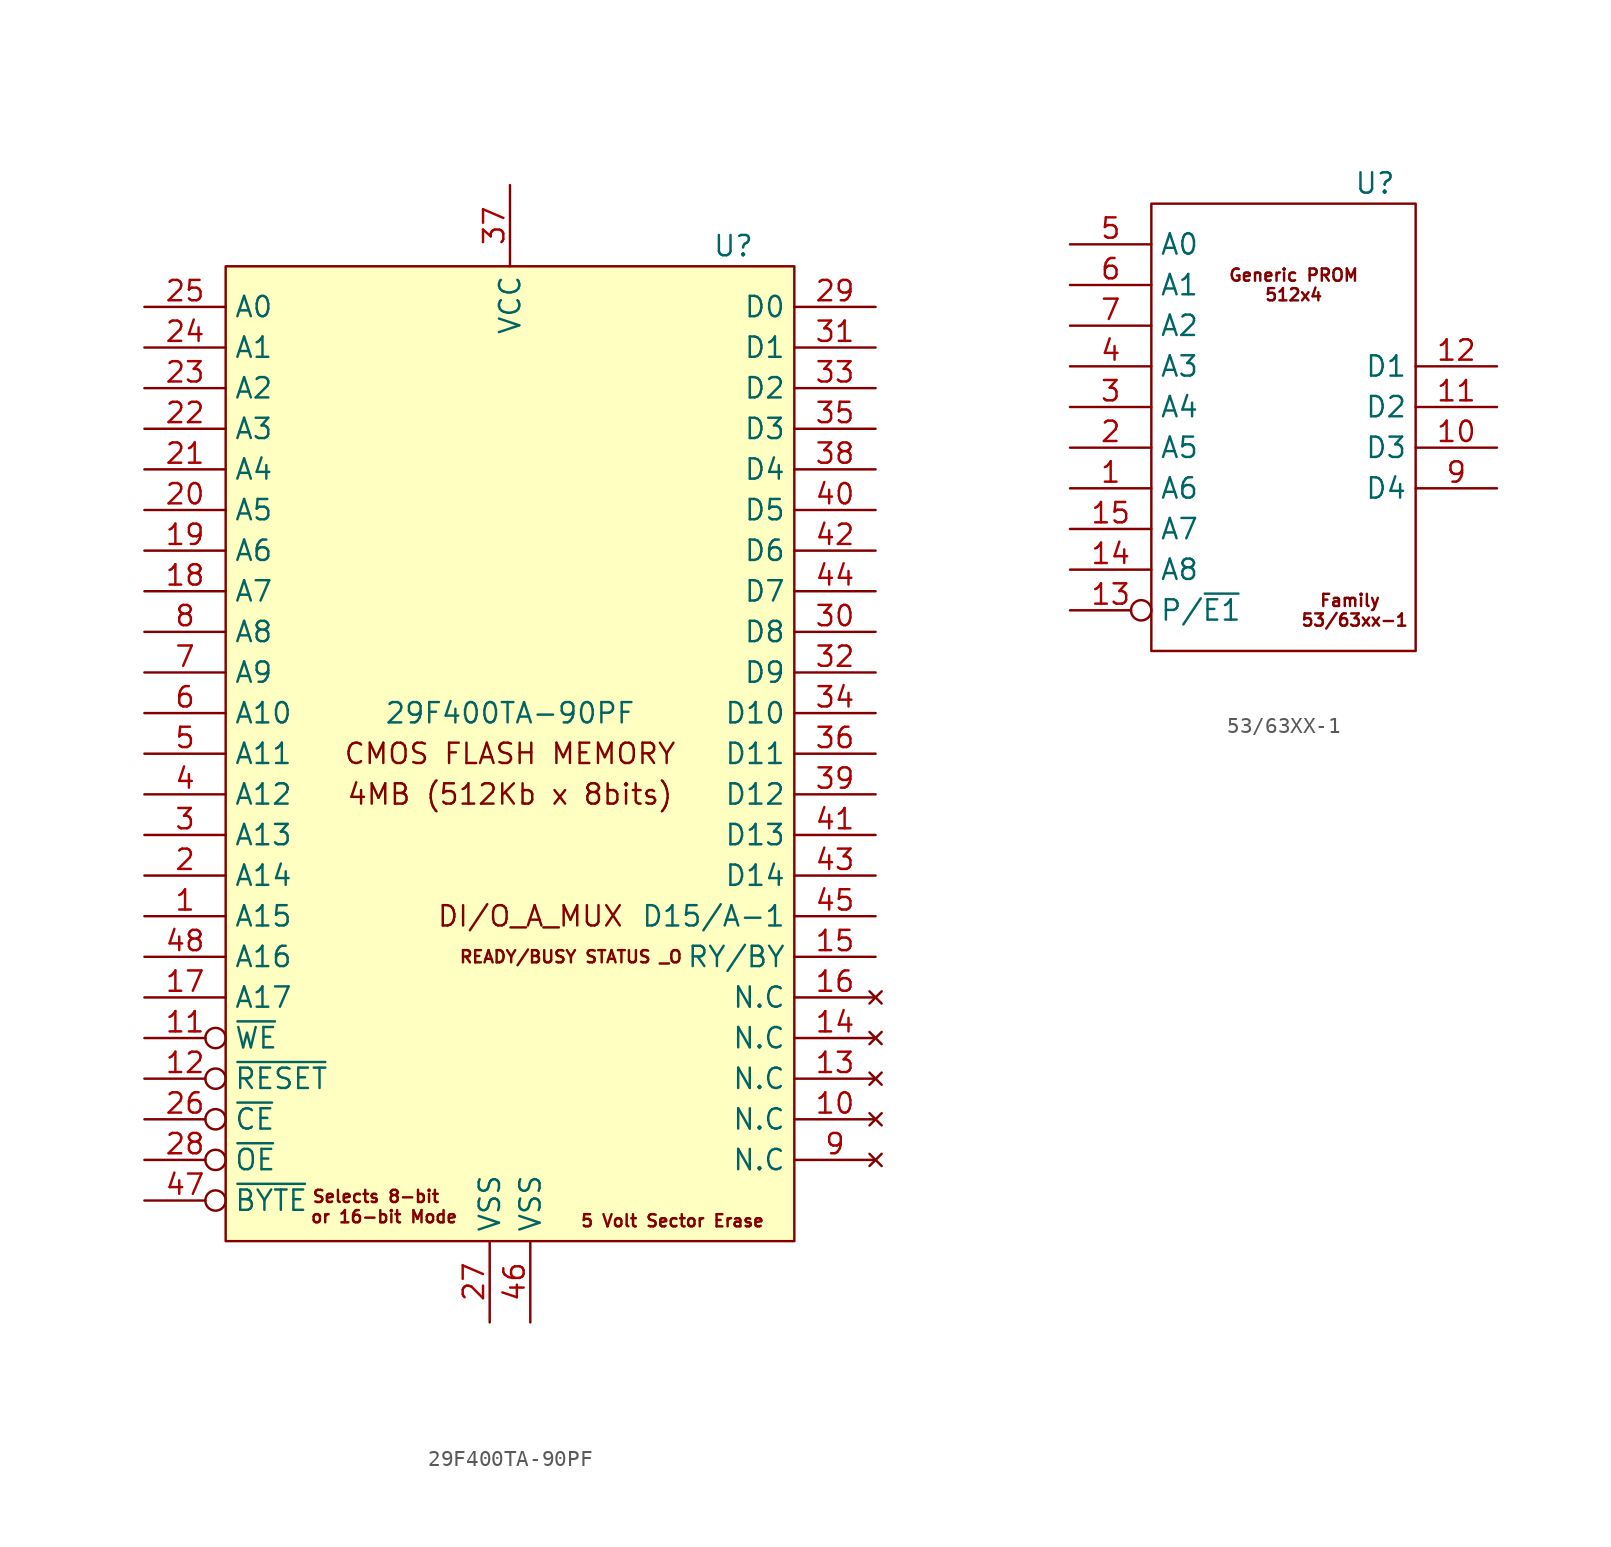
<source format=kicad_sym>
(kicad_symbol_lib
  (version 20231120)
  (generator "kicad_symbol_editor")
  (generator_version "8.0")
  (symbol "29F400TA-90PF"
    (property "Reference" "U"
      (at 13.97 31.75 0)
      (effects (font (size 1.27 1.27))))
    (property "Value" "29F400TA-90PF"
      (at 0 2.54 0)
      (effects (font (size 1.27 1.27))))
    (symbol "29F400TA-90PF_0_0"
      (rectangle (start -17.78 30.48) (end 17.78 -30.48) (stroke (width 0.152) (type default)) (fill (type background)))
      (text "4MB (512Kb x 8bits)" (at 0 -2.54 0) (effects (font (size 1.27 1.27))))
      (text "5 Volt Sector Erase" (at 10.16 -29.21 0) (effects (font (size 0.762 0.762))))
      (text "CMOS FLASH MEMORY" (at 0 0 0) (effects (font (size 1.27 1.27))))
      (text "DI/O_A_MUX" (at 1.27 -10.16 0) (effects (font (size 1.27 1.27))))
      (text "or 16-bit Mode" (at -7.874 -28.956 0) (effects (font (size 0.762 0.762))))
      (text "READY/BUSY STATUS _O" (at 3.81 -12.7 0) (effects (font (size 0.762 0.762))))
      (text "Selects 8-bit" (at -8.382 -27.686 0) (effects (font (size 0.762 0.762)))))
    (symbol "29F400TA-90PF_1_1"
      (pin input line (at -22.86 -10.16 0) (length 5.08) (name "A15" (effects (font (size 1.27 1.27)))) (number "1" (effects (font (size 1.27 1.27)))))
      (pin no_connect line (at 22.86 -22.86 180) (length 5.08) (name "N.C" (effects (font (size 1.27 1.27)))) (number "10" (effects (font (size 1.27 1.27)))))
      (pin input inverted (at -22.86 -17.78 0) (length 5.08) (name "~{WE}" (effects (font (size 1.27 1.27)))) (number "11" (effects (font (size 1.27 1.27)))))
      (pin input inverted (at -22.86 -20.32 0) (length 5.08) (name "~{RESET}" (effects (font (size 1.27 1.27)))) (number "12" (effects (font (size 1.27 1.27)))))
      (pin no_connect line (at 22.86 -20.32 180) (length 5.08) (name "N.C" (effects (font (size 1.27 1.27)))) (number "13" (effects (font (size 1.27 1.27)))))
      (pin no_connect line (at 22.86 -17.78 180) (length 5.08) (name "N.C" (effects (font (size 1.27 1.27)))) (number "14" (effects (font (size 1.27 1.27)))))
      (pin output line (at 22.86 -12.7 180) (length 5.08) (name "RY/BY" (effects (font (size 1.27 1.27)))) (number "15" (effects (font (size 1.27 1.27)))))
      (pin no_connect line (at 22.86 -15.24 180) (length 5.08) (name "N.C" (effects (font (size 1.27 1.27)))) (number "16" (effects (font (size 1.27 1.27)))))
      (pin input line (at -22.86 -15.24 0) (length 5.08) (name "A17" (effects (font (size 1.27 1.27)))) (number "17" (effects (font (size 1.27 1.27)))))
      (pin input line (at -22.86 10.16 0) (length 5.08) (name "A7" (effects (font (size 1.27 1.27)))) (number "18" (effects (font (size 1.27 1.27)))))
      (pin input line (at -22.86 12.7 0) (length 5.08) (name "A6" (effects (font (size 1.27 1.27)))) (number "19" (effects (font (size 1.27 1.27)))))
      (pin input line (at -22.86 -7.62 0) (length 5.08) (name "A14" (effects (font (size 1.27 1.27)))) (number "2" (effects (font (size 1.27 1.27)))))
      (pin input line (at -22.86 15.24 0) (length 5.08) (name "A5" (effects (font (size 1.27 1.27)))) (number "20" (effects (font (size 1.27 1.27)))))
      (pin input line (at -22.86 17.78 0) (length 5.08) (name "A4" (effects (font (size 1.27 1.27)))) (number "21" (effects (font (size 1.27 1.27)))))
      (pin input line (at -22.86 20.32 0) (length 5.08) (name "A3" (effects (font (size 1.27 1.27)))) (number "22" (effects (font (size 1.27 1.27)))))
      (pin input line (at -22.86 22.86 0) (length 5.08) (name "A2" (effects (font (size 1.27 1.27)))) (number "23" (effects (font (size 1.27 1.27)))))
      (pin input line (at -22.86 25.4 0) (length 5.08) (name "A1" (effects (font (size 1.27 1.27)))) (number "24" (effects (font (size 1.27 1.27)))))
      (pin input line (at -22.86 27.94 0) (length 5.08) (name "A0" (effects (font (size 1.27 1.27)))) (number "25" (effects (font (size 1.27 1.27)))))
      (pin input inverted (at -22.86 -22.86 0) (length 5.08) (name "~{CE}" (effects (font (size 1.27 1.27)))) (number "26" (effects (font (size 1.27 1.27)))))
      (pin power_in line (at -1.27 -35.56 90) (length 5.08) (name "VSS" (effects (font (size 1.27 1.27)))) (number "27" (effects (font (size 1.27 1.27)))))
      (pin input inverted (at -22.86 -25.4 0) (length 5.08) (name "~{OE}" (effects (font (size 1.27 1.27)))) (number "28" (effects (font (size 1.27 1.27)))))
      (pin output line (at 22.86 27.94 180) (length 5.08) (name "D0" (effects (font (size 1.27 1.27)))) (number "29" (effects (font (size 1.27 1.27)))))
      (pin input line (at -22.86 -5.08 0) (length 5.08) (name "A13" (effects (font (size 1.27 1.27)))) (number "3" (effects (font (size 1.27 1.27)))))
      (pin output line (at 22.86 7.62 180) (length 5.08) (name "D8" (effects (font (size 1.27 1.27)))) (number "30" (effects (font (size 1.27 1.27)))))
      (pin output line (at 22.86 25.4 180) (length 5.08) (name "D1" (effects (font (size 1.27 1.27)))) (number "31" (effects (font (size 1.27 1.27)))))
      (pin output line (at 22.86 5.08 180) (length 5.08) (name "D9" (effects (font (size 1.27 1.27)))) (number "32" (effects (font (size 1.27 1.27)))))
      (pin output line (at 22.86 22.86 180) (length 5.08) (name "D2" (effects (font (size 1.27 1.27)))) (number "33" (effects (font (size 1.27 1.27)))))
      (pin output line (at 22.86 2.54 180) (length 5.08) (name "D10" (effects (font (size 1.27 1.27)))) (number "34" (effects (font (size 1.27 1.27)))))
      (pin output line (at 22.86 20.32 180) (length 5.08) (name "D3" (effects (font (size 1.27 1.27)))) (number "35" (effects (font (size 1.27 1.27)))))
      (pin output line (at 22.86 0 180) (length 5.08) (name "D11" (effects (font (size 1.27 1.27)))) (number "36" (effects (font (size 1.27 1.27)))))
      (pin power_in line (at 0 35.56 270) (length 5.08) (name "VCC" (effects (font (size 1.27 1.27)))) (number "37" (effects (font (size 1.27 1.27)))))
      (pin output line (at 22.86 17.78 180) (length 5.08) (name "D4" (effects (font (size 1.27 1.27)))) (number "38" (effects (font (size 1.27 1.27)))))
      (pin output line (at 22.86 -2.54 180) (length 5.08) (name "D12" (effects (font (size 1.27 1.27)))) (number "39" (effects (font (size 1.27 1.27)))))
      (pin input line (at -22.86 -2.54 0) (length 5.08) (name "A12" (effects (font (size 1.27 1.27)))) (number "4" (effects (font (size 1.27 1.27)))))
      (pin output line (at 22.86 15.24 180) (length 5.08) (name "D5" (effects (font (size 1.27 1.27)))) (number "40" (effects (font (size 1.27 1.27)))))
      (pin output line (at 22.86 -5.08 180) (length 5.08) (name "D13" (effects (font (size 1.27 1.27)))) (number "41" (effects (font (size 1.27 1.27)))))
      (pin output line (at 22.86 12.7 180) (length 5.08) (name "D6" (effects (font (size 1.27 1.27)))) (number "42" (effects (font (size 1.27 1.27)))))
      (pin output line (at 22.86 -7.62 180) (length 5.08) (name "D14" (effects (font (size 1.27 1.27)))) (number "43" (effects (font (size 1.27 1.27)))))
      (pin output line (at 22.86 10.16 180) (length 5.08) (name "D7" (effects (font (size 1.27 1.27)))) (number "44" (effects (font (size 1.27 1.27)))))
      (pin output line (at 22.86 -10.16 180) (length 5.08) (name "D15/A-1" (effects (font (size 1.27 1.27)))) (number "45" (effects (font (size 1.27 1.27)))))
      (pin power_in line (at 1.27 -35.56 90) (length 5.08) (name "VSS" (effects (font (size 1.27 1.27)))) (number "46" (effects (font (size 1.27 1.27)))))
      (pin input inverted (at -22.86 -27.94 0) (length 5.08) (name "~{BYTE}" (effects (font (size 1.27 1.27)))) (number "47" (effects (font (size 1.27 1.27)))))
      (pin input line (at -22.86 -12.7 0) (length 5.08) (name "A16" (effects (font (size 1.27 1.27)))) (number "48" (effects (font (size 1.27 1.27)))))
      (pin input line (at -22.86 0 0) (length 5.08) (name "A11" (effects (font (size 1.27 1.27)))) (number "5" (effects (font (size 1.27 1.27)))))
      (pin input line (at -22.86 2.54 0) (length 5.08) (name "A10" (effects (font (size 1.27 1.27)))) (number "6" (effects (font (size 1.27 1.27)))))
      (pin input line (at -22.86 5.08 0) (length 5.08) (name "A9" (effects (font (size 1.27 1.27)))) (number "7" (effects (font (size 1.27 1.27)))))
      (pin input line (at -22.86 7.62 0) (length 5.08) (name "A8" (effects (font (size 1.27 1.27)))) (number "8" (effects (font (size 1.27 1.27)))))
      (pin no_connect line (at 22.86 -25.4 180) (length 5.08) (name "N.C" (effects (font (size 1.27 1.27)))) (number "9" (effects (font (size 1.27 1.27)))))))
  (symbol "53/63XX-1"
    (property "Reference" "U"
      (at 6.35 15.24 0)
      (effects (font (size 1.27 1.27))))
    (property "Value" ""
      (at 6.35 19.05 0)
      (effects (font (size 1.27 1.27))))
    (symbol "53/63XX-1_0_0"
      (text_box "" (at -7.62 13.97 0) (size 16.51 -27.94) (stroke (width 0) (type default)) (fill (type color) (color 0 0 0 0)) (effects (font (size 1.27 1.27)) (justify left top))))
    (symbol "53/63XX-1_1_1"
      (text "Family \n53/63xx-1" (at 5.08 -11.43 0) (effects (font (size 0.762 0.762))))
      (text "Generic PROM\n512x4" (at 1.27 8.89 0) (effects (font (size 0.762 0.762))))
      (pin input line (at -12.7 -3.81 0) (length 5.08) (name "A6" (effects (font (size 1.27 1.27)))) (number "1" (effects (font (size 1.27 1.27)))))
      (pin tri_state line (at 13.97 -1.27 180) (length 5.08) (name "D3" (effects (font (size 1.27 1.27)))) (number "10" (effects (font (size 1.27 1.27)))))
      (pin tri_state line (at 13.97 1.27 180) (length 5.08) (name "D2" (effects (font (size 1.27 1.27)))) (number "11" (effects (font (size 1.27 1.27)))))
      (pin tri_state line (at 13.97 3.81 180) (length 5.08) (name "D1" (effects (font (size 1.27 1.27)))) (number "12" (effects (font (size 1.27 1.27)))))
      (pin input inverted (at -12.7 -11.43 0) (length 5.08) (name "P/~{E1}" (effects (font (size 1.27 1.27)))) (number "13" (effects (font (size 1.27 1.27)))))
      (pin input line (at -12.7 -8.89 0) (length 5.08) (name "A8" (effects (font (size 1.27 1.27)))) (number "14" (effects (font (size 1.27 1.27)))))
      (pin input line (at -12.7 -6.35 0) (length 5.08) (name "A7" (effects (font (size 1.27 1.27)))) (number "15" (effects (font (size 1.27 1.27)))))
      (pin power_in line (at 0 13.97 270) (length 5.08) hide (name "VCC" (effects (font (size 1.27 1.27)))) (number "16" (effects (font (size 1.27 1.27)))))
      (pin input line (at -12.7 -1.27 0) (length 5.08) (name "A5" (effects (font (size 1.27 1.27)))) (number "2" (effects (font (size 1.27 1.27)))))
      (pin input line (at -12.7 1.27 0) (length 5.08) (name "A4" (effects (font (size 1.27 1.27)))) (number "3" (effects (font (size 1.27 1.27)))))
      (pin input line (at -12.7 3.81 0) (length 5.08) (name "A3" (effects (font (size 1.27 1.27)))) (number "4" (effects (font (size 1.27 1.27)))))
      (pin input line (at -12.7 11.43 0) (length 5.08) (name "A0" (effects (font (size 1.27 1.27)))) (number "5" (effects (font (size 1.27 1.27)))))
      (pin input line (at -12.7 8.89 0) (length 5.08) (name "A1" (effects (font (size 1.27 1.27)))) (number "6" (effects (font (size 1.27 1.27)))))
      (pin input line (at -12.7 6.35 0) (length 5.08) (name "A2" (effects (font (size 1.27 1.27)))) (number "7" (effects (font (size 1.27 1.27)))))
      (pin power_in line (at 0 -13.97 90) (length 5.08) hide (name "VSS" (effects (font (size 1.27 1.27)))) (number "8" (effects (font (size 1.27 1.27)))))
      (pin tri_state line (at 13.97 -3.81 180) (length 5.08) (name "D4" (effects (font (size 1.27 1.27)))) (number "9" (effects (font (size 1.27 1.27))))))))
</source>
